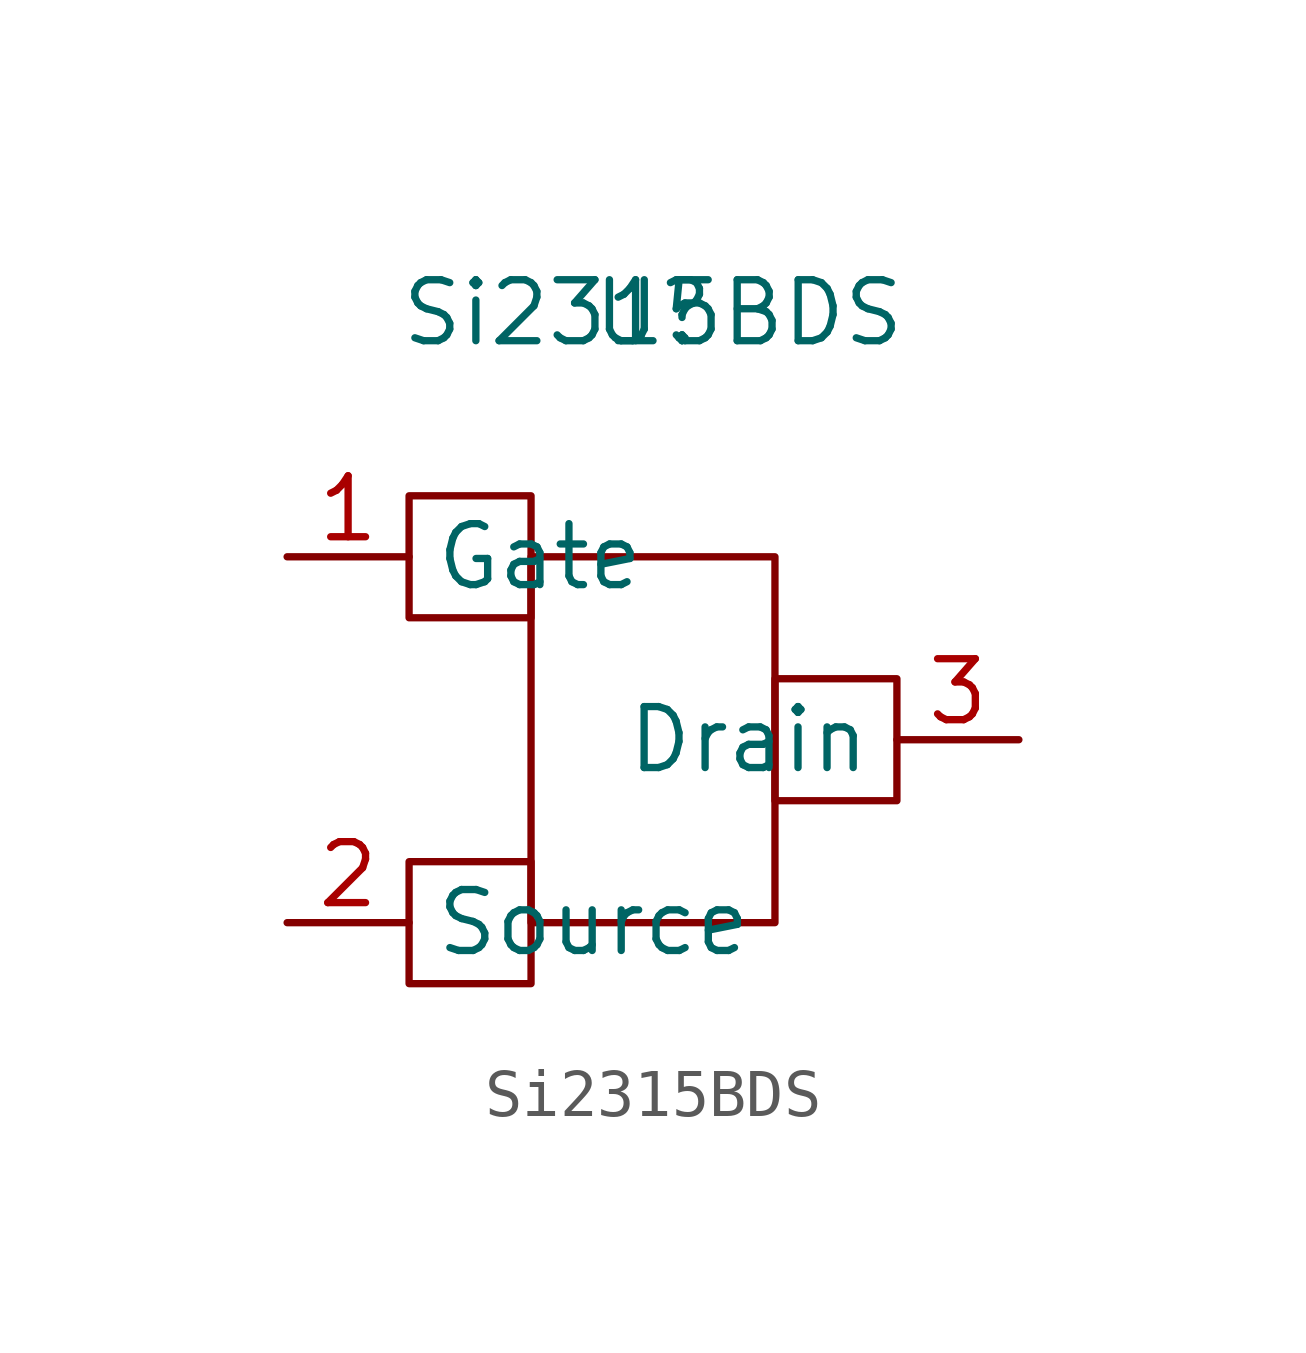
<source format=kicad_sym>
(kicad_symbol_lib
  (version 20211014)
  (generator kicad_symbol_editor)
  (symbol "Si2315BDS"
    (property "Reference" "U"
      (at 0 0 0)
      (effects (font (size 1.27 1.27))))
    (property "Value" "Si2315BDS"
      (at 0 0 0)
      (effects (font (size 1.27 1.27))))
    (symbol "Si2315BDS_0_1"
      (rectangle (start -5.08 -11.43) (end -2.54 -13.97) (stroke (width 0) (type default) (color 0 0 0 0)) (fill (type none)))
      (rectangle (start -5.08 -3.81) (end -2.54 -6.35) (stroke (width 0) (type default) (color 0 0 0 0)) (fill (type none)))
      (rectangle (start -2.54 -5.08) (end 2.54 -12.7) (stroke (width 0) (type default) (color 0 0 0 0)) (fill (type none)))
      (rectangle (start 2.54 -7.62) (end 5.08 -10.16) (stroke (width 0) (type default) (color 0 0 0 0)) (fill (type none))))
    (symbol "Si2315BDS_1_1"
      (pin input line (at -7.62 -5.08 0) (length 2.54) (name "Gate" (effects (font (size 1.27 1.27)))) (number "1" (effects (font (size 1.27 1.27)))))
      (pin input line (at -7.62 -12.7 0) (length 2.54) (name "Source" (effects (font (size 1.27 1.27)))) (number "2" (effects (font (size 1.27 1.27)))))
      (pin output line (at 7.62 -8.89 180) (length 2.54) (name "Drain" (effects (font (size 1.27 1.27)))) (number "3" (effects (font (size 1.27 1.27))))))))
</source>
